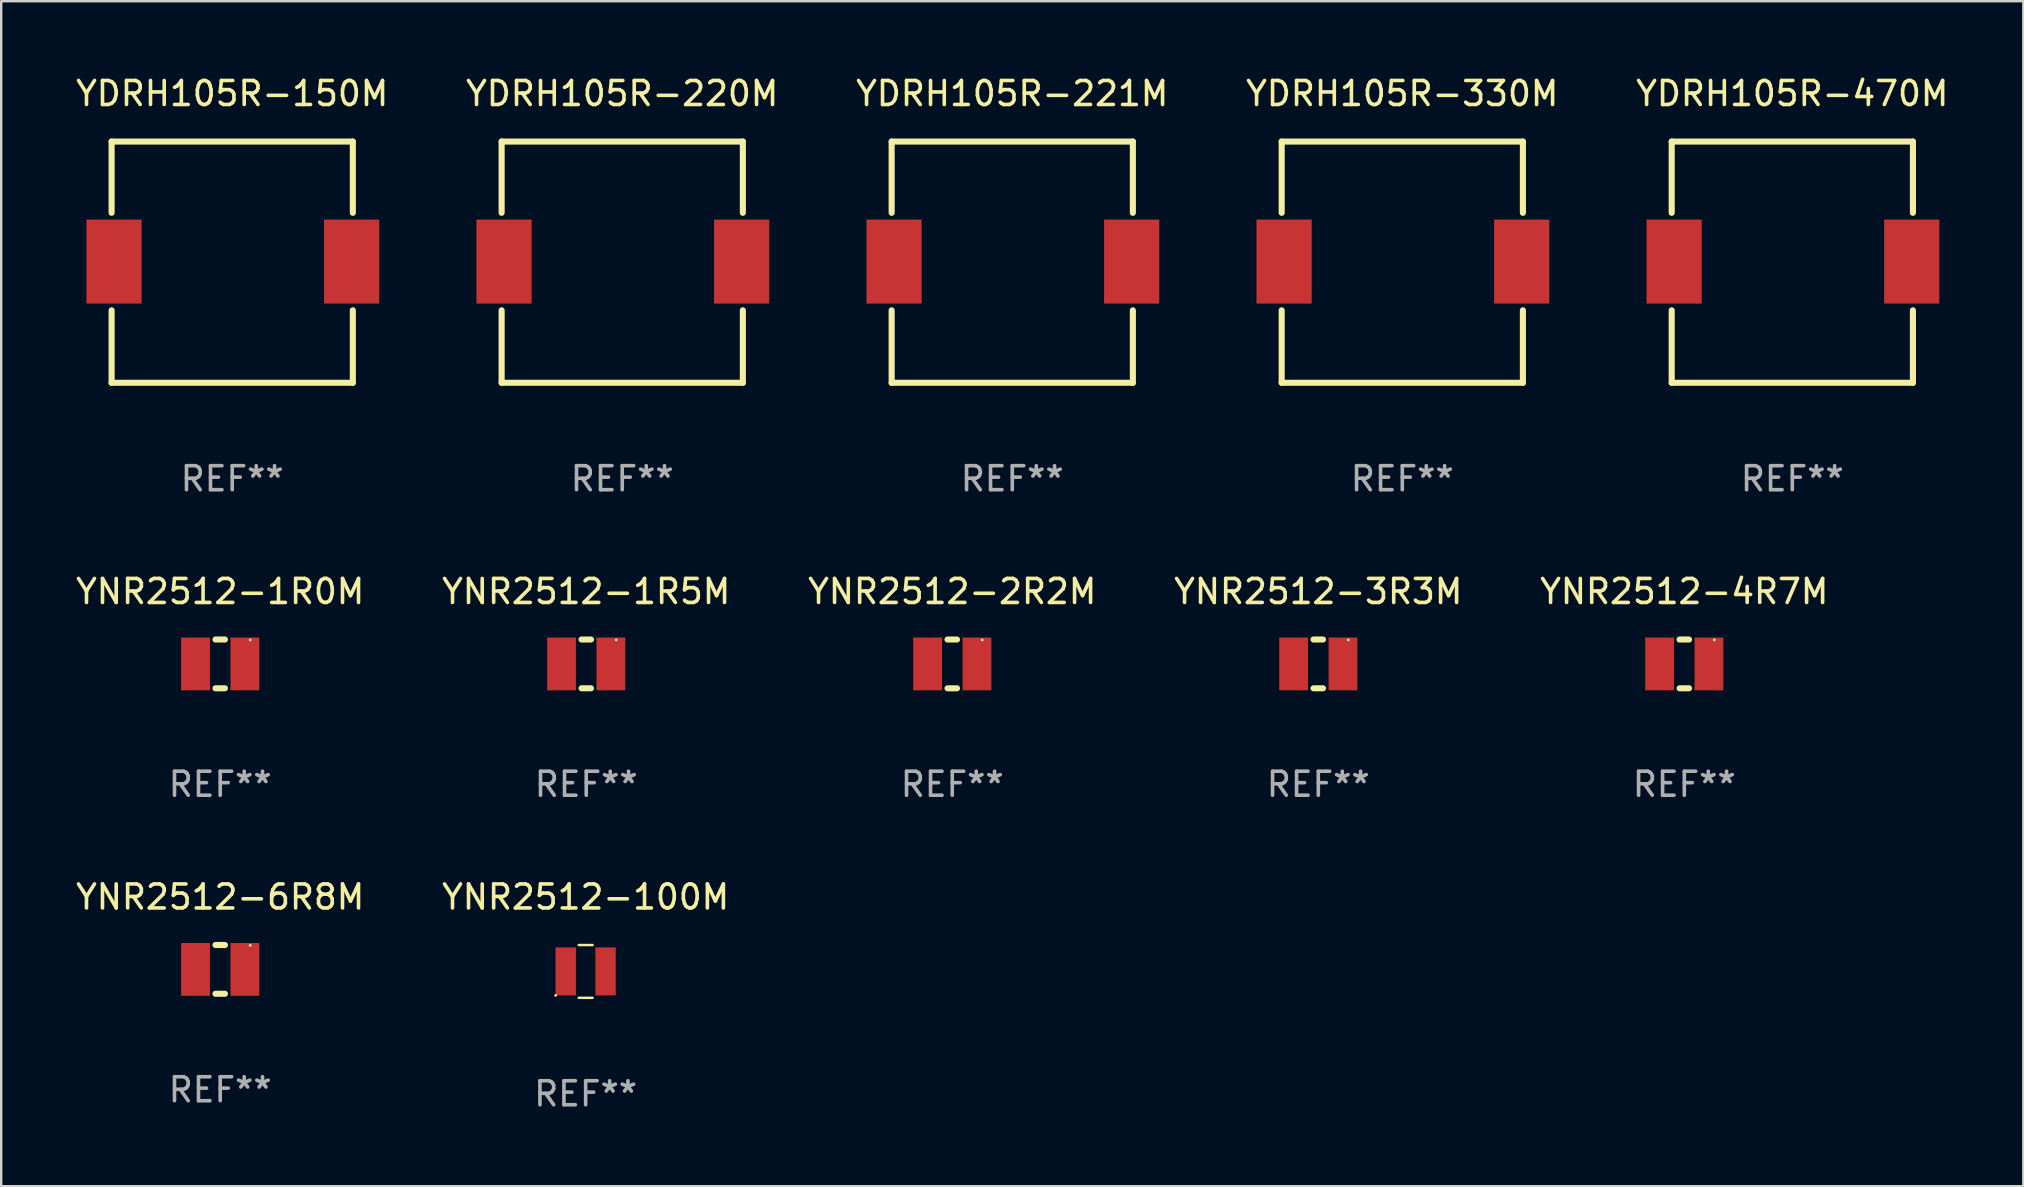
<source format=kicad_pcb>
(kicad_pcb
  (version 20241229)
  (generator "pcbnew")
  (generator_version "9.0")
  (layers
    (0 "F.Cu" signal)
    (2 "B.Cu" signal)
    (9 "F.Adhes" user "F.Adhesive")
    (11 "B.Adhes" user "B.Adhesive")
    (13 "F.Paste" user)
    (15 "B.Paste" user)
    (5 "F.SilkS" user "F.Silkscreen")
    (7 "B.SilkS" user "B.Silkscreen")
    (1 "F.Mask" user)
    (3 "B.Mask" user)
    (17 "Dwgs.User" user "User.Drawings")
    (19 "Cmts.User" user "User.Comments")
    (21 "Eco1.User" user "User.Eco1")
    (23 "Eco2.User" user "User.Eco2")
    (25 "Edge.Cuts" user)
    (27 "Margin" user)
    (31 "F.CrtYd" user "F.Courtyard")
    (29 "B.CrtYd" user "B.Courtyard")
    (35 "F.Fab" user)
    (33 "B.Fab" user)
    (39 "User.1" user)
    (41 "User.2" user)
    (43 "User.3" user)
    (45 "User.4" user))
  (footprint "YNR2512-100M"
    (layer "F.Cu")
    (at 21.351 37.423)
    (property "Reference" "YNR2512-100M" (at 0 -3.1 0) (layer "F.SilkS") (effects (font (size 1 1) (thickness 0.15))))
    (attr through_hole)
    (fp_line (start -0.288 -1.1) (end 0.287 -1.1) (stroke (width 0.102) (type solid)) (layer "F.SilkS"))
    (fp_line (start 0.287 1.1) (end -0.288 1.1) (stroke (width 0.102) (type solid)) (layer "F.SilkS"))
    (fp_circle (center -1.25 1) (end -1.22 1) (stroke (width 0.06) (type solid)) (fill no) (layer "F.SilkS"))
    (fp_text user "REF**" (at 0 5.1 0) (layer "F.Fab") (effects (font (size 1 1) (thickness 0.15))))
    (pad "1" smd rect (at -0.83 -0.000076) (size 0.85 2) (layers "F.Cu" "F.Mask" "F.Paste"))
    (pad "2" smd rect (at 0.83 -0.000076) (size 0.85 2) (layers "F.Cu" "F.Mask" "F.Paste")))
  (footprint "YDRH105R-221M"
    (layer "F.Cu")
    (at 39.125 7.873)
    (property "Reference" "YDRH105R-221M" (at 0 -7.025 0) (layer "F.SilkS") (effects (font (size 1 1) (thickness 0.15))))
    (attr through_hole)
    (fp_line (start -5.025 -5.025) (end 5.025 -5.025) (stroke (width 0.254) (type solid)) (layer "F.SilkS"))
    (fp_line (start -5.025 -2.056) (end -5.025 -5.025) (stroke (width 0.254) (type solid)) (layer "F.SilkS"))
    (fp_line (start -5.025 5.025) (end -5.025 2.006) (stroke (width 0.254) (type solid)) (layer "F.SilkS"))
    (fp_line (start 5.025 -5.025) (end 5.025 -2.056) (stroke (width 0.254) (type solid)) (layer "F.SilkS"))
    (fp_line (start 5.025 2.006) (end 5.025 5.025) (stroke (width 0.254) (type solid)) (layer "F.SilkS"))
    (fp_line (start 5.025 5.025) (end -5.025 5.025) (stroke (width 0.254) (type solid)) (layer "F.SilkS"))
    (fp_circle (center -4.975 4.975) (end -4.945 4.975) (stroke (width 0.06) (type solid)) (fill no) (layer "F.SilkS"))
    (fp_text user "REF**" (at 0 9.025 0) (layer "F.Fab") (effects (font (size 1 1) (thickness 0.15))))
    (pad "1" smd rect (at -4.925 -0.025) (size 2.3 3.5) (layers "F.Cu" "F.Mask" "F.Paste"))
    (pad "2" smd rect (at 4.975 -0.025) (size 2.3 3.5) (layers "F.Cu" "F.Mask" "F.Paste")))
  (footprint "YDRH105R-220M"
    (layer "F.Cu")
    (at 22.875 7.873)
    (property "Reference" "YDRH105R-220M" (at 0 -7.025 0) (layer "F.SilkS") (effects (font (size 1 1) (thickness 0.15))))
    (attr through_hole)
    (fp_line (start -5.025 -5.025) (end 5.025 -5.025) (stroke (width 0.254) (type solid)) (layer "F.SilkS"))
    (fp_line (start -5.025 -2.056) (end -5.025 -5.025) (stroke (width 0.254) (type solid)) (layer "F.SilkS"))
    (fp_line (start -5.025 5.025) (end -5.025 2.006) (stroke (width 0.254) (type solid)) (layer "F.SilkS"))
    (fp_line (start 5.025 -5.025) (end 5.025 -2.056) (stroke (width 0.254) (type solid)) (layer "F.SilkS"))
    (fp_line (start 5.025 2.006) (end 5.025 5.025) (stroke (width 0.254) (type solid)) (layer "F.SilkS"))
    (fp_line (start 5.025 5.025) (end -5.025 5.025) (stroke (width 0.254) (type solid)) (layer "F.SilkS"))
    (fp_circle (center -4.975 4.975) (end -4.945 4.975) (stroke (width 0.06) (type solid)) (fill no) (layer "F.SilkS"))
    (fp_text user "REF**" (at 0 9.025 0) (layer "F.Fab") (effects (font (size 1 1) (thickness 0.15))))
    (pad "1" smd rect (at -4.925 -0.025) (size 2.3 3.5) (layers "F.Cu" "F.Mask" "F.Paste"))
    (pad "2" smd rect (at 4.975 -0.025) (size 2.3 3.5) (layers "F.Cu" "F.Mask" "F.Paste")))
  (footprint "YNR2512-1R5M"
    (layer "F.Cu")
    (at 21.375 24.611)
    (property "Reference" "YNR2512-1R5M" (at 0 -3.016 0) (layer "F.SilkS") (effects (font (size 1 1) (thickness 0.15))))
    (attr through_hole)
    (fp_line (start -0.197 1.016) (end 0.197 1.016) (stroke (width 0.254) (type solid)) (layer "F.SilkS"))
    (fp_line (start 0.197 -1.016) (end -0.197 -1.016) (stroke (width 0.254) (type solid)) (layer "F.SilkS"))
    (fp_circle (center 1.25 -1) (end 1.28 -1) (stroke (width 0.06) (type solid)) (fill no) (layer "F.SilkS"))
    (fp_text user "REF**" (at 0 5.016 0) (layer "F.Fab") (effects (font (size 1 1) (thickness 0.15))))
    (pad "1" smd rect (at 1.028 0) (size 1.2 2.2) (layers "F.Cu" "F.Mask" "F.Paste"))
    (pad "2" smd rect (at -1.028 0) (size 1.2 2.2) (layers "F.Cu" "F.Mask" "F.Paste")))
  (footprint "YDRH105R-330M"
    (layer "F.Cu")
    (at 55.375 7.873)
    (property "Reference" "YDRH105R-330M" (at 0 -7.025 0) (layer "F.SilkS") (effects (font (size 1 1) (thickness 0.15))))
    (attr through_hole)
    (fp_line (start -5.025 -5.025) (end 5.025 -5.025) (stroke (width 0.254) (type solid)) (layer "F.SilkS"))
    (fp_line (start -5.025 -2.056) (end -5.025 -5.025) (stroke (width 0.254) (type solid)) (layer "F.SilkS"))
    (fp_line (start -5.025 5.025) (end -5.025 2.006) (stroke (width 0.254) (type solid)) (layer "F.SilkS"))
    (fp_line (start 5.025 -5.025) (end 5.025 -2.056) (stroke (width 0.254) (type solid)) (layer "F.SilkS"))
    (fp_line (start 5.025 2.006) (end 5.025 5.025) (stroke (width 0.254) (type solid)) (layer "F.SilkS"))
    (fp_line (start 5.025 5.025) (end -5.025 5.025) (stroke (width 0.254) (type solid)) (layer "F.SilkS"))
    (fp_circle (center -4.975 4.975) (end -4.945 4.975) (stroke (width 0.06) (type solid)) (fill no) (layer "F.SilkS"))
    (fp_text user "REF**" (at 0 9.025 0) (layer "F.Fab") (effects (font (size 1 1) (thickness 0.15))))
    (pad "1" smd rect (at -4.925 -0.025) (size 2.3 3.5) (layers "F.Cu" "F.Mask" "F.Paste"))
    (pad "2" smd rect (at 4.975 -0.025) (size 2.3 3.5) (layers "F.Cu" "F.Mask" "F.Paste")))
  (footprint "YNR2512-3R3M"
    (layer "F.Cu")
    (at 51.875 24.611)
    (property "Reference" "YNR2512-3R3M" (at 0 -3.016 0) (layer "F.SilkS") (effects (font (size 1 1) (thickness 0.15))))
    (attr through_hole)
    (fp_line (start -0.197 1.016) (end 0.197 1.016) (stroke (width 0.254) (type solid)) (layer "F.SilkS"))
    (fp_line (start 0.197 -1.016) (end -0.197 -1.016) (stroke (width 0.254) (type solid)) (layer "F.SilkS"))
    (fp_circle (center 1.25 -1) (end 1.28 -1) (stroke (width 0.06) (type solid)) (fill no) (layer "F.SilkS"))
    (fp_text user "REF**" (at 0 5.016 0) (layer "F.Fab") (effects (font (size 1 1) (thickness 0.15))))
    (pad "1" smd rect (at 1.028 0) (size 1.2 2.2) (layers "F.Cu" "F.Mask" "F.Paste"))
    (pad "2" smd rect (at -1.028 0) (size 1.2 2.2) (layers "F.Cu" "F.Mask" "F.Paste")))
  (footprint "YDRH105R-470M"
    (layer "F.Cu")
    (at 71.625 7.873)
    (property "Reference" "YDRH105R-470M" (at 0 -7.025 0) (layer "F.SilkS") (effects (font (size 1 1) (thickness 0.15))))
    (attr through_hole)
    (fp_line (start -5.025 -5.025) (end 5.025 -5.025) (stroke (width 0.254) (type solid)) (layer "F.SilkS"))
    (fp_line (start -5.025 -2.056) (end -5.025 -5.025) (stroke (width 0.254) (type solid)) (layer "F.SilkS"))
    (fp_line (start -5.025 5.025) (end -5.025 2.006) (stroke (width 0.254) (type solid)) (layer "F.SilkS"))
    (fp_line (start 5.025 -5.025) (end 5.025 -2.056) (stroke (width 0.254) (type solid)) (layer "F.SilkS"))
    (fp_line (start 5.025 2.006) (end 5.025 5.025) (stroke (width 0.254) (type solid)) (layer "F.SilkS"))
    (fp_line (start 5.025 5.025) (end -5.025 5.025) (stroke (width 0.254) (type solid)) (layer "F.SilkS"))
    (fp_circle (center -4.975 4.975) (end -4.945 4.975) (stroke (width 0.06) (type solid)) (fill no) (layer "F.SilkS"))
    (fp_text user "REF**" (at 0 9.025 0) (layer "F.Fab") (effects (font (size 1 1) (thickness 0.15))))
    (pad "1" smd rect (at -4.925 -0.025) (size 2.3 3.5) (layers "F.Cu" "F.Mask" "F.Paste"))
    (pad "2" smd rect (at 4.975 -0.025) (size 2.3 3.5) (layers "F.Cu" "F.Mask" "F.Paste")))
  (footprint "YDRH105R-150M"
    (layer "F.Cu")
    (at 6.625 7.873)
    (property "Reference" "YDRH105R-150M" (at 0 -7.025 0) (layer "F.SilkS") (effects (font (size 1 1) (thickness 0.15))))
    (attr through_hole)
    (fp_line (start -5.025 -5.025) (end 5.025 -5.025) (stroke (width 0.254) (type solid)) (layer "F.SilkS"))
    (fp_line (start -5.025 -2.056) (end -5.025 -5.025) (stroke (width 0.254) (type solid)) (layer "F.SilkS"))
    (fp_line (start -5.025 5.025) (end -5.025 2.006) (stroke (width 0.254) (type solid)) (layer "F.SilkS"))
    (fp_line (start 5.025 -5.025) (end 5.025 -2.056) (stroke (width 0.254) (type solid)) (layer "F.SilkS"))
    (fp_line (start 5.025 2.006) (end 5.025 5.025) (stroke (width 0.254) (type solid)) (layer "F.SilkS"))
    (fp_line (start 5.025 5.025) (end -5.025 5.025) (stroke (width 0.254) (type solid)) (layer "F.SilkS"))
    (fp_circle (center -4.975 4.975) (end -4.945 4.975) (stroke (width 0.06) (type solid)) (fill no) (layer "F.SilkS"))
    (fp_text user "REF**" (at 0 9.025 0) (layer "F.Fab") (effects (font (size 1 1) (thickness 0.15))))
    (pad "1" smd rect (at -4.925 -0.025) (size 2.3 3.5) (layers "F.Cu" "F.Mask" "F.Paste"))
    (pad "2" smd rect (at 4.975 -0.025) (size 2.3 3.5) (layers "F.Cu" "F.Mask" "F.Paste")))
  (footprint "YNR2512-4R7M"
    (layer "F.Cu")
    (at 67.125 24.611)
    (property "Reference" "YNR2512-4R7M" (at 0 -3.016 0) (layer "F.SilkS") (effects (font (size 1 1) (thickness 0.15))))
    (attr through_hole)
    (fp_line (start -0.197 1.016) (end 0.197 1.016) (stroke (width 0.254) (type solid)) (layer "F.SilkS"))
    (fp_line (start 0.197 -1.016) (end -0.197 -1.016) (stroke (width 0.254) (type solid)) (layer "F.SilkS"))
    (fp_circle (center 1.25 -1) (end 1.28 -1) (stroke (width 0.06) (type solid)) (fill no) (layer "F.SilkS"))
    (fp_text user "REF**" (at 0 5.016 0) (layer "F.Fab") (effects (font (size 1 1) (thickness 0.15))))
    (pad "1" smd rect (at 1.028 0) (size 1.2 2.2) (layers "F.Cu" "F.Mask" "F.Paste"))
    (pad "2" smd rect (at -1.028 0) (size 1.2 2.2) (layers "F.Cu" "F.Mask" "F.Paste")))
  (footprint "YNR2512-2R2M"
    (layer "F.Cu")
    (at 36.625 24.611)
    (property "Reference" "YNR2512-2R2M" (at 0 -3.016 0) (layer "F.SilkS") (effects (font (size 1 1) (thickness 0.15))))
    (attr through_hole)
    (fp_line (start -0.197 1.016) (end 0.197 1.016) (stroke (width 0.254) (type solid)) (layer "F.SilkS"))
    (fp_line (start 0.197 -1.016) (end -0.197 -1.016) (stroke (width 0.254) (type solid)) (layer "F.SilkS"))
    (fp_circle (center 1.25 -1) (end 1.28 -1) (stroke (width 0.06) (type solid)) (fill no) (layer "F.SilkS"))
    (fp_text user "REF**" (at 0 5.016 0) (layer "F.Fab") (effects (font (size 1 1) (thickness 0.15))))
    (pad "1" smd rect (at 1.028 0) (size 1.2 2.2) (layers "F.Cu" "F.Mask" "F.Paste"))
    (pad "2" smd rect (at -1.028 0) (size 1.2 2.2) (layers "F.Cu" "F.Mask" "F.Paste")))
  (footprint "YNR2512-1R0M"
    (layer "F.Cu")
    (at 6.125 24.611)
    (property "Reference" "YNR2512-1R0M" (at 0 -3.016 0) (layer "F.SilkS") (effects (font (size 1 1) (thickness 0.15))))
    (attr through_hole)
    (fp_line (start -0.197 1.016) (end 0.197 1.016) (stroke (width 0.254) (type solid)) (layer "F.SilkS"))
    (fp_line (start 0.197 -1.016) (end -0.197 -1.016) (stroke (width 0.254) (type solid)) (layer "F.SilkS"))
    (fp_circle (center 1.25 -1) (end 1.28 -1) (stroke (width 0.06) (type solid)) (fill no) (layer "F.SilkS"))
    (fp_text user "REF**" (at 0 5.016 0) (layer "F.Fab") (effects (font (size 1 1) (thickness 0.15))))
    (pad "1" smd rect (at 1.028 0) (size 1.2 2.2) (layers "F.Cu" "F.Mask" "F.Paste"))
    (pad "2" smd rect (at -1.028 0) (size 1.2 2.2) (layers "F.Cu" "F.Mask" "F.Paste")))
  (footprint "YNR2512-6R8M"
    (layer "F.Cu")
    (at 6.125 37.339)
    (property "Reference" "YNR2512-6R8M" (at 0 -3.016 0) (layer "F.SilkS") (effects (font (size 1 1) (thickness 0.15))))
    (attr through_hole)
    (fp_line (start -0.197 1.016) (end 0.197 1.016) (stroke (width 0.254) (type solid)) (layer "F.SilkS"))
    (fp_line (start 0.197 -1.016) (end -0.197 -1.016) (stroke (width 0.254) (type solid)) (layer "F.SilkS"))
    (fp_circle (center 1.25 -1) (end 1.28 -1) (stroke (width 0.06) (type solid)) (fill no) (layer "F.SilkS"))
    (fp_text user "REF**" (at 0 5.016 0) (layer "F.Fab") (effects (font (size 1 1) (thickness 0.15))))
    (pad "1" smd rect (at 1.028 0) (size 1.2 2.2) (layers "F.Cu" "F.Mask" "F.Paste"))
    (pad "2" smd rect (at -1.028 0) (size 1.2 2.2) (layers "F.Cu" "F.Mask" "F.Paste")))
  (gr_rect
    (start -3 -3)
    (end 81.25 46.372)
    (stroke (width 0.1) (type default))
    (fill no)
    (layer "Edge.Cuts")))
</source>
